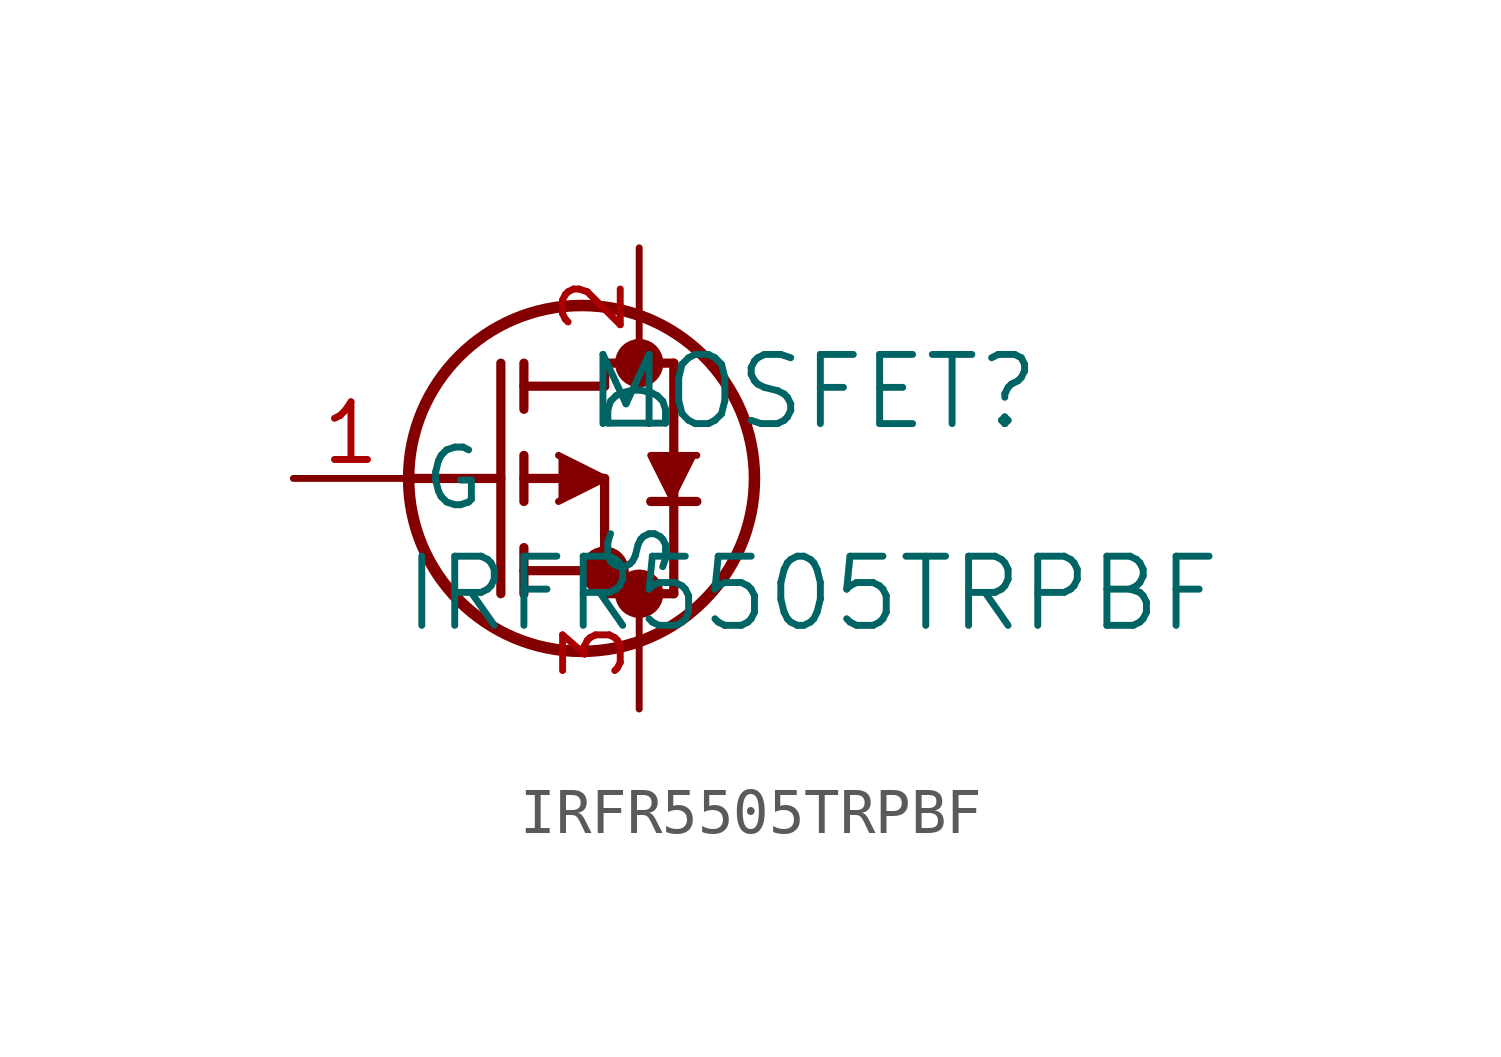
<source format=kicad_sym>
(kicad_symbol_lib
  (version 20211014)
  (generator kicad_symbol_editor)
  (symbol "IRFR5505TRPBF"
    (pin_names
      (offset 0.254))
    (property "Reference" "MOSFET"
      (at 11.43 1.905 0)
      (effects (font (size 1.524 1.524))))
    (property "Value" "IRFR5505TRPBF"
      (at 11.43 -2.54 0)
      (effects (font (size 1.524 1.524))))
    (symbol "IRFR5505TRPBF_0_1"
      (circle (center 7.62 2.54) (radius 0.025) (stroke (width 0.508) (type default) (color 0 0 0 0)) (fill (type none)))
      (circle (center 7.62 -2.54) (radius 0.025) (stroke (width 0.508) (type default) (color 0 0 0 0)) (fill (type none)))
      (circle (center 6.858 -2.032) (radius 0.025) (stroke (width 0.508) (type default) (color 0 0 0 0)) (fill (type none)))
      (circle (center 6.35 0) (radius 3.81) (stroke (width 0.254) (type default) (color 0 0 0 0)) (fill (type none)))
      (polyline (pts (xy 2.54 0) (xy 4.572 0)) (stroke (width 0.203) (type default) (color 0 0 0 0)) (fill (type none)))
      (polyline (pts (xy 4.572 -2.54) (xy 4.572 2.54)) (stroke (width 0.203) (type default) (color 0 0 0 0)) (fill (type none)))
      (polyline (pts (xy 5.08 -0.508) (xy 5.08 0.508)) (stroke (width 0.203) (type default) (color 0 0 0 0)) (fill (type none)))
      (polyline (pts (xy 5.08 -2.54) (xy 5.08 -1.524)) (stroke (width 0.203) (type default) (color 0 0 0 0)) (fill (type none)))
      (polyline (pts (xy 5.08 1.524) (xy 5.08 2.54)) (stroke (width 0.203) (type default) (color 0 0 0 0)) (fill (type none)))
      (polyline (pts (xy 5.08 0) (xy 6.858 0)) (stroke (width 0.203) (type default) (color 0 0 0 0)) (fill (type none)))
      (polyline (pts (xy 5.08 -2.032) (xy 6.858 -2.032)) (stroke (width 0.203) (type default) (color 0 0 0 0)) (fill (type none)))
      (polyline (pts (xy 6.858 -2.54) (xy 6.858 0)) (stroke (width 0.203) (type default) (color 0 0 0 0)) (fill (type none)))
      (polyline (pts (xy 6.858 -2.54) (xy 8.382 -2.54)) (stroke (width 0.203) (type default) (color 0 0 0 0)) (fill (type none)))
      (polyline (pts (xy 5.08 2.032) (xy 6.858 2.032)) (stroke (width 0.203) (type default) (color 0 0 0 0)) (fill (type none)))
      (polyline (pts (xy 8.382 -2.54) (xy 8.382 2.54)) (stroke (width 0.203) (type default) (color 0 0 0 0)) (fill (type none)))
      (polyline (pts (xy 5.842 0.508) (xy 6.858 0) (xy 5.842 -0.508)) (stroke (width 0) (type default) (color 0 0 0 0)) (fill (type outline)))
      (polyline (pts (xy 8.89 -0.508) (xy 7.874 -0.508)) (stroke (width 0.203) (type default) (color 0 0 0 0)) (fill (type none)))
      (polyline (pts (xy 8.89 0.508) (xy 7.874 0.508) (xy 8.382 -0.508)) (stroke (width 0) (type default) (color 0 0 0 0)) (fill (type outline)))
      (polyline (pts (xy 6.858 2.54) (xy 8.382 2.54)) (stroke (width 0.203) (type default) (color 0 0 0 0)) (fill (type none)))
      (polyline (pts (xy 6.858 2.032) (xy 6.858 2.54)) (stroke (width 0.203) (type default) (color 0 0 0 0)) (fill (type none)))
      (pin unspecified line (at 0 0 0) (length 2.54) (name "G" (effects (font (size 1.27 1.27)))) (number "1" (effects (font (size 1.27 1.27)))))
      (pin unspecified line (at 7.62 5.08 270) (length 2.54) (name "D" (effects (font (size 1.27 1.27)))) (number "2" (effects (font (size 1.27 1.27)))))
      (pin unspecified line (at 7.62 -5.08 90) (length 2.54) (name "S" (effects (font (size 1.27 1.27)))) (number "3" (effects (font (size 1.27 1.27))))))))
</source>
